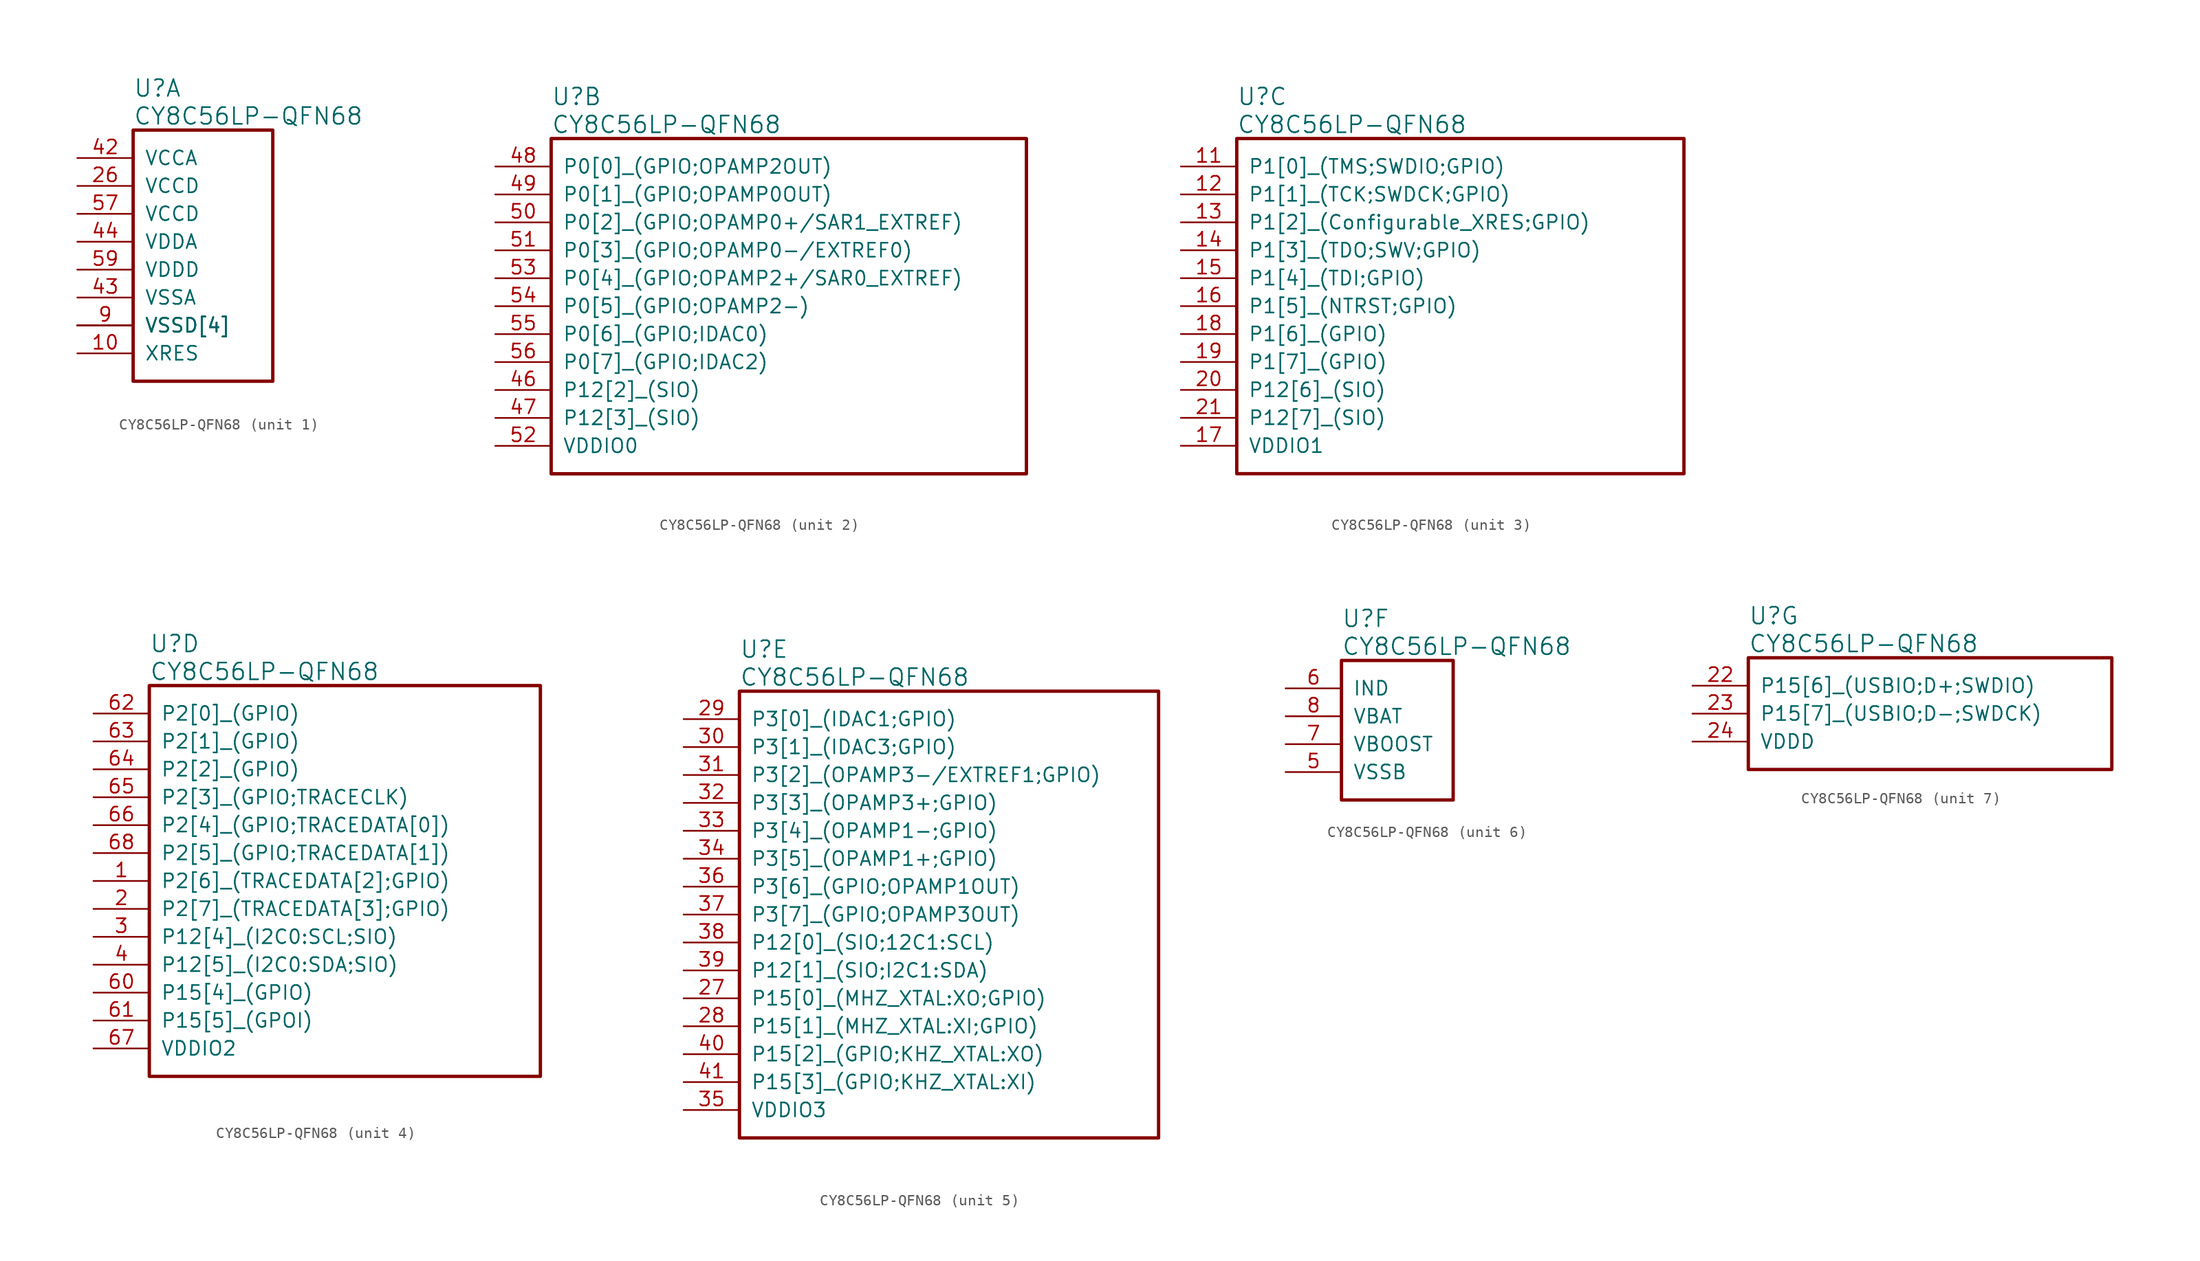
<source format=kicad_sym>
(kicad_symbol_lib
  (version 20241209)
  (generator "kicad_symbol_editor")
  (generator_version "9.0")
  (symbol "CY8C56LP-QFN68"
    (pin_names
      (offset 1.016))
    (property "Reference" "U"
      (at 5.08 6.35 0)
      (effects (font (size 1.524 1.524)) (justify left)))
    (property "Value" "CY8C56LP-QFN68"
      (at 5.08 3.81 0)
      (effects (font (size 1.524 1.524)) (justify left)))
    (property "ki_locked" ""
      (at 0 0 0)
      (effects (font (size 1.27 1.27))))
    (symbol "CY8C56LP-QFN68_1_1"
      (rectangle (start 5.08 2.54) (end 17.78 -20.32) (stroke (width 0.305) (type solid)) (fill (type none)))
      (pin power_out line (at 0 0 0) (length 5.08) (name "VCCA" (effects (font (size 1.27 1.27)))) (number "42" (effects (font (size 1.27 1.27)))))
      (pin power_out line (at 0 -2.54 0) (length 5.08) (name "VCCD" (effects (font (size 1.27 1.27)))) (number "26" (effects (font (size 1.27 1.27)))))
      (pin power_out line (at 0 -5.08 0) (length 5.08) (name "VCCD" (effects (font (size 1.27 1.27)))) (number "57" (effects (font (size 1.27 1.27)))))
      (pin power_in line (at 0 -7.62 0) (length 5.08) (name "VDDA" (effects (font (size 1.27 1.27)))) (number "44" (effects (font (size 1.27 1.27)))))
      (pin power_in line (at 0 -10.16 0) (length 5.08) (name "VDDD" (effects (font (size 1.27 1.27)))) (number "59" (effects (font (size 1.27 1.27)))))
      (pin power_in line (at 0 -12.7 0) (length 5.08) (name "VSSA" (effects (font (size 1.27 1.27)))) (number "43" (effects (font (size 1.27 1.27)))))
      (pin power_in line (at 0 -15.24 0) (length 5.08) (name "VSSD[4]" (effects (font (size 1.27 1.27)))) (number "25" (effects (font (size 0 0)))))
      (pin power_in line (at 0 -15.24 0) (length 5.08) (name "VSSD[4]" (effects (font (size 1.27 1.27)))) (number "45" (effects (font (size 0 0)))))
      (pin power_in line (at 0 -15.24 0) (length 5.08) (name "VSSD[4]" (effects (font (size 1.27 1.27)))) (number "58" (effects (font (size 0 0)))))
      (pin power_in line (at 0 -15.24 0) (length 5.08) (name "VSSD[4]" (effects (font (size 1.27 1.27)))) (number "9" (effects (font (size 1.27 1.27)))))
      (pin input line (at 0 -17.78 0) (length 5.08) (name "XRES" (effects (font (size 1.27 1.27)))) (number "10" (effects (font (size 1.27 1.27))))))
    (symbol "CY8C56LP-QFN68_2_1"
      (rectangle (start 5.08 2.54) (end 48.26 -27.94) (stroke (width 0.305) (type solid)) (fill (type none)))
      (pin bidirectional line (at 0 0 0) (length 5.08) (name "P0[0]_(GPIO;OPAMP2OUT)" (effects (font (size 1.27 1.27)))) (number "48" (effects (font (size 1.27 1.27)))))
      (pin bidirectional line (at 0 -2.54 0) (length 5.08) (name "P0[1]_(GPIO;OPAMP0OUT)" (effects (font (size 1.27 1.27)))) (number "49" (effects (font (size 1.27 1.27)))))
      (pin bidirectional line (at 0 -5.08 0) (length 5.08) (name "P0[2]_(GPIO;OPAMP0+/SAR1_EXTREF)" (effects (font (size 1.27 1.27)))) (number "50" (effects (font (size 1.27 1.27)))))
      (pin bidirectional line (at 0 -7.62 0) (length 5.08) (name "P0[3]_(GPIO;OPAMP0-/EXTREF0)" (effects (font (size 1.27 1.27)))) (number "51" (effects (font (size 1.27 1.27)))))
      (pin bidirectional line (at 0 -10.16 0) (length 5.08) (name "P0[4]_(GPIO;OPAMP2+/SAR0_EXTREF)" (effects (font (size 1.27 1.27)))) (number "53" (effects (font (size 1.27 1.27)))))
      (pin bidirectional line (at 0 -12.7 0) (length 5.08) (name "P0[5]_(GPIO;OPAMP2-)" (effects (font (size 1.27 1.27)))) (number "54" (effects (font (size 1.27 1.27)))))
      (pin bidirectional line (at 0 -15.24 0) (length 5.08) (name "P0[6]_(GPIO;IDAC0)" (effects (font (size 1.27 1.27)))) (number "55" (effects (font (size 1.27 1.27)))))
      (pin bidirectional line (at 0 -17.78 0) (length 5.08) (name "P0[7]_(GPIO;IDAC2)" (effects (font (size 1.27 1.27)))) (number "56" (effects (font (size 1.27 1.27)))))
      (pin bidirectional line (at 0 -20.32 0) (length 5.08) (name "P12[2]_(SIO)" (effects (font (size 1.27 1.27)))) (number "46" (effects (font (size 1.27 1.27)))))
      (pin bidirectional line (at 0 -22.86 0) (length 5.08) (name "P12[3]_(SIO)" (effects (font (size 1.27 1.27)))) (number "47" (effects (font (size 1.27 1.27)))))
      (pin power_in line (at 0 -25.4 0) (length 5.08) (name "VDDIO0" (effects (font (size 1.27 1.27)))) (number "52" (effects (font (size 1.27 1.27))))))
    (symbol "CY8C56LP-QFN68_3_1"
      (rectangle (start 5.08 2.54) (end 45.72 -27.94) (stroke (width 0.305) (type solid)) (fill (type none)))
      (pin bidirectional line (at 0 0 0) (length 5.08) (name "P1[0]_(TMS;SWDIO;GPIO)" (effects (font (size 1.27 1.27)))) (number "11" (effects (font (size 1.27 1.27)))))
      (pin bidirectional line (at 0 -2.54 0) (length 5.08) (name "P1[1]_(TCK;SWDCK;GPIO)" (effects (font (size 1.27 1.27)))) (number "12" (effects (font (size 1.27 1.27)))))
      (pin bidirectional line (at 0 -5.08 0) (length 5.08) (name "P1[2]_(Configurable_XRES;GPIO)" (effects (font (size 1.27 1.27)))) (number "13" (effects (font (size 1.27 1.27)))))
      (pin bidirectional line (at 0 -7.62 0) (length 5.08) (name "P1[3]_(TDO;SWV;GPIO)" (effects (font (size 1.27 1.27)))) (number "14" (effects (font (size 1.27 1.27)))))
      (pin bidirectional line (at 0 -10.16 0) (length 5.08) (name "P1[4]_(TDI;GPIO)" (effects (font (size 1.27 1.27)))) (number "15" (effects (font (size 1.27 1.27)))))
      (pin bidirectional line (at 0 -12.7 0) (length 5.08) (name "P1[5]_(NTRST;GPIO)" (effects (font (size 1.27 1.27)))) (number "16" (effects (font (size 1.27 1.27)))))
      (pin bidirectional line (at 0 -15.24 0) (length 5.08) (name "P1[6]_(GPIO)" (effects (font (size 1.27 1.27)))) (number "18" (effects (font (size 1.27 1.27)))))
      (pin bidirectional line (at 0 -17.78 0) (length 5.08) (name "P1[7]_(GPIO)" (effects (font (size 1.27 1.27)))) (number "19" (effects (font (size 1.27 1.27)))))
      (pin bidirectional line (at 0 -20.32 0) (length 5.08) (name "P12[6]_(SIO)" (effects (font (size 1.27 1.27)))) (number "20" (effects (font (size 1.27 1.27)))))
      (pin bidirectional line (at 0 -22.86 0) (length 5.08) (name "P12[7]_(SIO)" (effects (font (size 1.27 1.27)))) (number "21" (effects (font (size 1.27 1.27)))))
      (pin power_in line (at 0 -25.4 0) (length 5.08) (name "VDDIO1" (effects (font (size 1.27 1.27)))) (number "17" (effects (font (size 1.27 1.27))))))
    (symbol "CY8C56LP-QFN68_4_1"
      (rectangle (start 5.08 2.54) (end 40.64 -33.02) (stroke (width 0.305) (type solid)) (fill (type none)))
      (pin bidirectional line (at 0 0 0) (length 5.08) (name "P2[0]_(GPIO)" (effects (font (size 1.27 1.27)))) (number "62" (effects (font (size 1.27 1.27)))))
      (pin bidirectional line (at 0 -2.54 0) (length 5.08) (name "P2[1]_(GPIO)" (effects (font (size 1.27 1.27)))) (number "63" (effects (font (size 1.27 1.27)))))
      (pin bidirectional line (at 0 -5.08 0) (length 5.08) (name "P2[2]_(GPIO)" (effects (font (size 1.27 1.27)))) (number "64" (effects (font (size 1.27 1.27)))))
      (pin bidirectional line (at 0 -7.62 0) (length 5.08) (name "P2[3]_(GPIO;TRACECLK)" (effects (font (size 1.27 1.27)))) (number "65" (effects (font (size 1.27 1.27)))))
      (pin bidirectional line (at 0 -10.16 0) (length 5.08) (name "P2[4]_(GPIO;TRACEDATA[0])" (effects (font (size 1.27 1.27)))) (number "66" (effects (font (size 1.27 1.27)))))
      (pin bidirectional line (at 0 -12.7 0) (length 5.08) (name "P2[5]_(GPIO;TRACEDATA[1])" (effects (font (size 1.27 1.27)))) (number "68" (effects (font (size 1.27 1.27)))))
      (pin bidirectional line (at 0 -15.24 0) (length 5.08) (name "P2[6]_(TRACEDATA[2];GPIO)" (effects (font (size 1.27 1.27)))) (number "1" (effects (font (size 1.27 1.27)))))
      (pin bidirectional line (at 0 -17.78 0) (length 5.08) (name "P2[7]_(TRACEDATA[3];GPIO)" (effects (font (size 1.27 1.27)))) (number "2" (effects (font (size 1.27 1.27)))))
      (pin bidirectional line (at 0 -20.32 0) (length 5.08) (name "P12[4]_(I2C0:SCL;SIO)" (effects (font (size 1.27 1.27)))) (number "3" (effects (font (size 1.27 1.27)))))
      (pin bidirectional line (at 0 -22.86 0) (length 5.08) (name "P12[5]_(I2C0:SDA;SIO)" (effects (font (size 1.27 1.27)))) (number "4" (effects (font (size 1.27 1.27)))))
      (pin bidirectional line (at 0 -25.4 0) (length 5.08) (name "P15[4]_(GPIO)" (effects (font (size 1.27 1.27)))) (number "60" (effects (font (size 1.27 1.27)))))
      (pin bidirectional line (at 0 -27.94 0) (length 5.08) (name "P15[5]_(GPOI)" (effects (font (size 1.27 1.27)))) (number "61" (effects (font (size 1.27 1.27)))))
      (pin power_in line (at 0 -30.48 0) (length 5.08) (name "VDDIO2" (effects (font (size 1.27 1.27)))) (number "67" (effects (font (size 1.27 1.27))))))
    (symbol "CY8C56LP-QFN68_5_1"
      (rectangle (start 5.08 2.54) (end 43.18 -38.1) (stroke (width 0.305) (type solid)) (fill (type none)))
      (pin bidirectional line (at 0 0 0) (length 5.08) (name "P3[0]_(IDAC1;GPIO)" (effects (font (size 1.27 1.27)))) (number "29" (effects (font (size 1.27 1.27)))))
      (pin bidirectional line (at 0 -2.54 0) (length 5.08) (name "P3[1]_(IDAC3;GPIO)" (effects (font (size 1.27 1.27)))) (number "30" (effects (font (size 1.27 1.27)))))
      (pin bidirectional line (at 0 -5.08 0) (length 5.08) (name "P3[2]_(OPAMP3-/EXTREF1;GPIO)" (effects (font (size 1.27 1.27)))) (number "31" (effects (font (size 1.27 1.27)))))
      (pin bidirectional line (at 0 -7.62 0) (length 5.08) (name "P3[3]_(OPAMP3+;GPIO)" (effects (font (size 1.27 1.27)))) (number "32" (effects (font (size 1.27 1.27)))))
      (pin bidirectional line (at 0 -10.16 0) (length 5.08) (name "P3[4]_(OPAMP1-;GPIO)" (effects (font (size 1.27 1.27)))) (number "33" (effects (font (size 1.27 1.27)))))
      (pin bidirectional line (at 0 -12.7 0) (length 5.08) (name "P3[5]_(OPAMP1+;GPIO)" (effects (font (size 1.27 1.27)))) (number "34" (effects (font (size 1.27 1.27)))))
      (pin bidirectional line (at 0 -15.24 0) (length 5.08) (name "P3[6]_(GPIO;OPAMP1OUT)" (effects (font (size 1.27 1.27)))) (number "36" (effects (font (size 1.27 1.27)))))
      (pin bidirectional line (at 0 -17.78 0) (length 5.08) (name "P3[7]_(GPIO;OPAMP3OUT)" (effects (font (size 1.27 1.27)))) (number "37" (effects (font (size 1.27 1.27)))))
      (pin bidirectional line (at 0 -20.32 0) (length 5.08) (name "P12[0]_(SIO;12C1:SCL)" (effects (font (size 1.27 1.27)))) (number "38" (effects (font (size 1.27 1.27)))))
      (pin bidirectional line (at 0 -22.86 0) (length 5.08) (name "P12[1]_(SIO;I2C1:SDA)" (effects (font (size 1.27 1.27)))) (number "39" (effects (font (size 1.27 1.27)))))
      (pin bidirectional line (at 0 -25.4 0) (length 5.08) (name "P15[0]_(MHZ_XTAL:XO;GPIO)" (effects (font (size 1.27 1.27)))) (number "27" (effects (font (size 1.27 1.27)))))
      (pin bidirectional line (at 0 -27.94 0) (length 5.08) (name "P15[1]_(MHZ_XTAL:XI;GPIO)" (effects (font (size 1.27 1.27)))) (number "28" (effects (font (size 1.27 1.27)))))
      (pin bidirectional line (at 0 -30.48 0) (length 5.08) (name "P15[2]_(GPIO;KHZ_XTAL:XO)" (effects (font (size 1.27 1.27)))) (number "40" (effects (font (size 1.27 1.27)))))
      (pin bidirectional line (at 0 -33.02 0) (length 5.08) (name "P15[3]_(GPIO;KHZ_XTAL:XI)" (effects (font (size 1.27 1.27)))) (number "41" (effects (font (size 1.27 1.27)))))
      (pin power_in line (at 0 -35.56 0) (length 5.08) (name "VDDIO3" (effects (font (size 1.27 1.27)))) (number "35" (effects (font (size 1.27 1.27))))))
    (symbol "CY8C56LP-QFN68_6_1"
      (rectangle (start 5.08 2.54) (end 15.24 -10.16) (stroke (width 0.305) (type solid)) (fill (type none)))
      (pin passive line (at 0 0 0) (length 5.08) (name "IND" (effects (font (size 1.27 1.27)))) (number "6" (effects (font (size 1.27 1.27)))))
      (pin power_in line (at 0 -2.54 0) (length 5.08) (name "VBAT" (effects (font (size 1.27 1.27)))) (number "8" (effects (font (size 1.27 1.27)))))
      (pin input line (at 0 -5.08 0) (length 5.08) (name "VBOOST" (effects (font (size 1.27 1.27)))) (number "7" (effects (font (size 1.27 1.27)))))
      (pin power_in line (at 0 -7.62 0) (length 5.08) (name "VSSB" (effects (font (size 1.27 1.27)))) (number "5" (effects (font (size 1.27 1.27))))))
    (symbol "CY8C56LP-QFN68_7_1"
      (rectangle (start 5.08 2.54) (end 38.1 -7.62) (stroke (width 0.305) (type solid)) (fill (type none)))
      (pin bidirectional line (at 0 0 0) (length 5.08) (name "P15[6]_(USBIO;D+;SWDIO)" (effects (font (size 1.27 1.27)))) (number "22" (effects (font (size 1.27 1.27)))))
      (pin bidirectional line (at 0 -2.54 0) (length 5.08) (name "P15[7]_(USBIO;D-;SWDCK)" (effects (font (size 1.27 1.27)))) (number "23" (effects (font (size 1.27 1.27)))))
      (pin power_in line (at 0 -5.08 0) (length 5.08) (name "VDDD" (effects (font (size 1.27 1.27)))) (number "24" (effects (font (size 1.27 1.27))))))))
</source>
